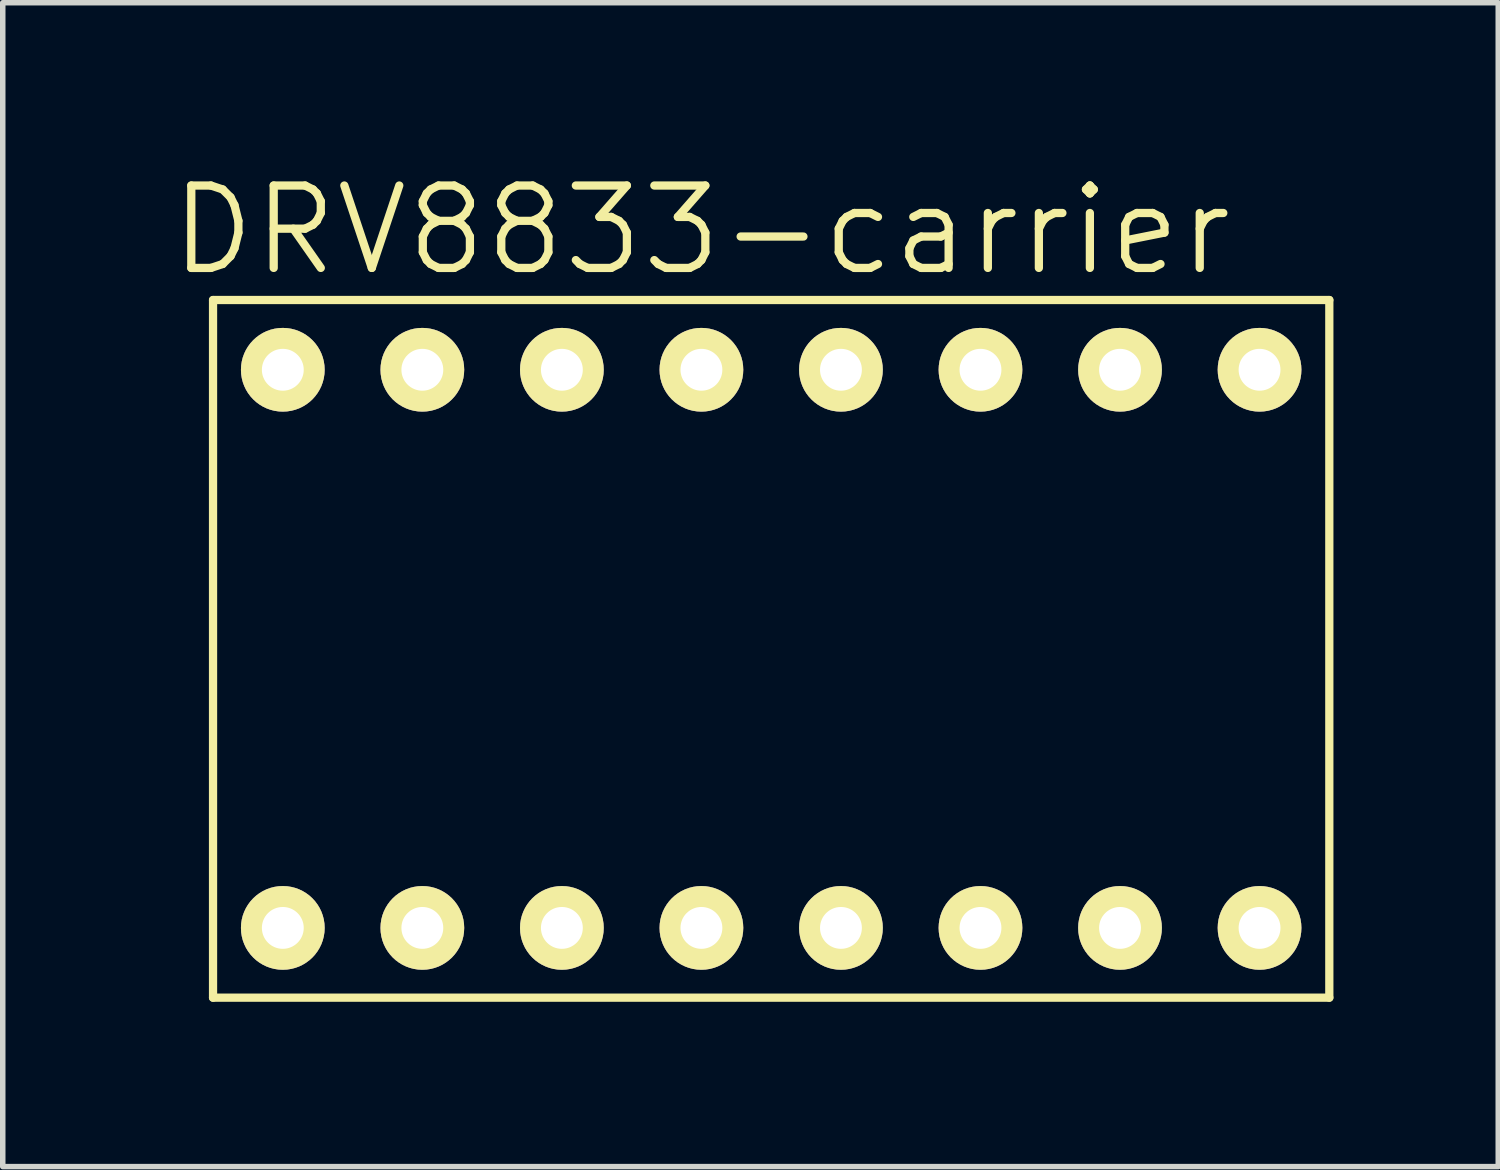
<source format=kicad_pcb>
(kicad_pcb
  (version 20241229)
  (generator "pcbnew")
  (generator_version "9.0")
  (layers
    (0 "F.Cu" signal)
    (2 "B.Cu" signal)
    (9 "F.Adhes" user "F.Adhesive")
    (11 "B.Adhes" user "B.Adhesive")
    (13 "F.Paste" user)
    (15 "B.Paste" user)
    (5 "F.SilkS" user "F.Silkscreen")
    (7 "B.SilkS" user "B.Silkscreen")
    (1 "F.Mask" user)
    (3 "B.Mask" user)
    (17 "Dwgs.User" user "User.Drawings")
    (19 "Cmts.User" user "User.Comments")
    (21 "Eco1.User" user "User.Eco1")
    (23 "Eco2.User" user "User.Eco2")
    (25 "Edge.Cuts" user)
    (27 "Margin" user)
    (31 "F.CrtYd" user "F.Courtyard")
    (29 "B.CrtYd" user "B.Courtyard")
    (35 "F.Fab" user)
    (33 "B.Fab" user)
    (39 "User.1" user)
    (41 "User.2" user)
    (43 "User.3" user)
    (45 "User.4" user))
  (footprint "DRV8833-carrier"
    (layer "F.Cu")
    (at 2.098 13.841)
    (property "Reference" "DRV8833-carrier" (at 7.62 -12.7 0) (layer "F.SilkS") (effects (font (size 1.5 1.5) (thickness 0.15))))
    (attr through_hole)
    (fp_line (start -1.27 -11.43) (end -1.27 1.27) (stroke (width 0.15) (type solid)) (layer "F.SilkS"))
    (fp_line (start -1.27 1.27) (end 19.05 1.27) (stroke (width 0.15) (type solid)) (layer "F.SilkS"))
    (fp_line (start 19.05 -11.43) (end -1.27 -11.43) (stroke (width 0.15) (type solid)) (layer "F.SilkS"))
    (fp_line (start 19.05 1.27) (end 19.05 -11.43) (stroke (width 0.15) (type solid)) (layer "F.SilkS"))
    (pad "1" thru_hole circle (at 0 0) (size 1.524 1.524) (drill 0.762) (layers "*.Cu" "*.Mask" "F.SilkS"))
    (pad "2" thru_hole circle (at 2.54 0) (size 1.524 1.524) (drill 0.762) (layers "*.Cu" "*.Mask" "F.SilkS"))
    (pad "3" thru_hole circle (at 5.08 0) (size 1.524 1.524) (drill 0.762) (layers "*.Cu" "*.Mask" "F.SilkS"))
    (pad "4" thru_hole circle (at 7.62 0) (size 1.524 1.524) (drill 0.762) (layers "*.Cu" "*.Mask" "F.SilkS"))
    (pad "5" thru_hole circle (at 10.16 0) (size 1.524 1.524) (drill 0.762) (layers "*.Cu" "*.Mask" "F.SilkS"))
    (pad "6" thru_hole circle (at 12.7 0) (size 1.524 1.524) (drill 0.762) (layers "*.Cu" "*.Mask" "F.SilkS"))
    (pad "7" thru_hole circle (at 15.24 0) (size 1.524 1.524) (drill 0.762) (layers "*.Cu" "*.Mask" "F.SilkS"))
    (pad "8" thru_hole circle (at 17.78 0) (size 1.524 1.524) (drill 0.762) (layers "*.Cu" "*.Mask" "F.SilkS"))
    (pad "9" thru_hole circle (at 17.78 -10.16) (size 1.524 1.524) (drill 0.762) (layers "*.Cu" "*.Mask" "F.SilkS"))
    (pad "10" thru_hole circle (at 15.24 -10.16) (size 1.524 1.524) (drill 0.762) (layers "*.Cu" "*.Mask" "F.SilkS"))
    (pad "11" thru_hole circle (at 12.7 -10.16) (size 1.524 1.524) (drill 0.762) (layers "*.Cu" "*.Mask" "F.SilkS"))
    (pad "12" thru_hole circle (at 10.16 -10.16) (size 1.524 1.524) (drill 0.762) (layers "*.Cu" "*.Mask" "F.SilkS"))
    (pad "13" thru_hole circle (at 7.62 -10.16) (size 1.524 1.524) (drill 0.762) (layers "*.Cu" "*.Mask" "F.SilkS"))
    (pad "14" thru_hole circle (at 5.08 -10.16) (size 1.524 1.524) (drill 0.762) (layers "*.Cu" "*.Mask" "F.SilkS"))
    (pad "15" thru_hole circle (at 2.54 -10.16) (size 1.524 1.524) (drill 0.762) (layers "*.Cu" "*.Mask" "F.SilkS"))
    (pad "16" thru_hole circle (at 0 -10.16) (size 1.524 1.524) (drill 0.762) (layers "*.Cu" "*.Mask" "F.SilkS")))
  (gr_rect
    (start -3 -3)
    (end 24.223 18.186)
    (stroke (width 0.1) (type default))
    (fill no)
    (layer "Edge.Cuts")))
</source>
